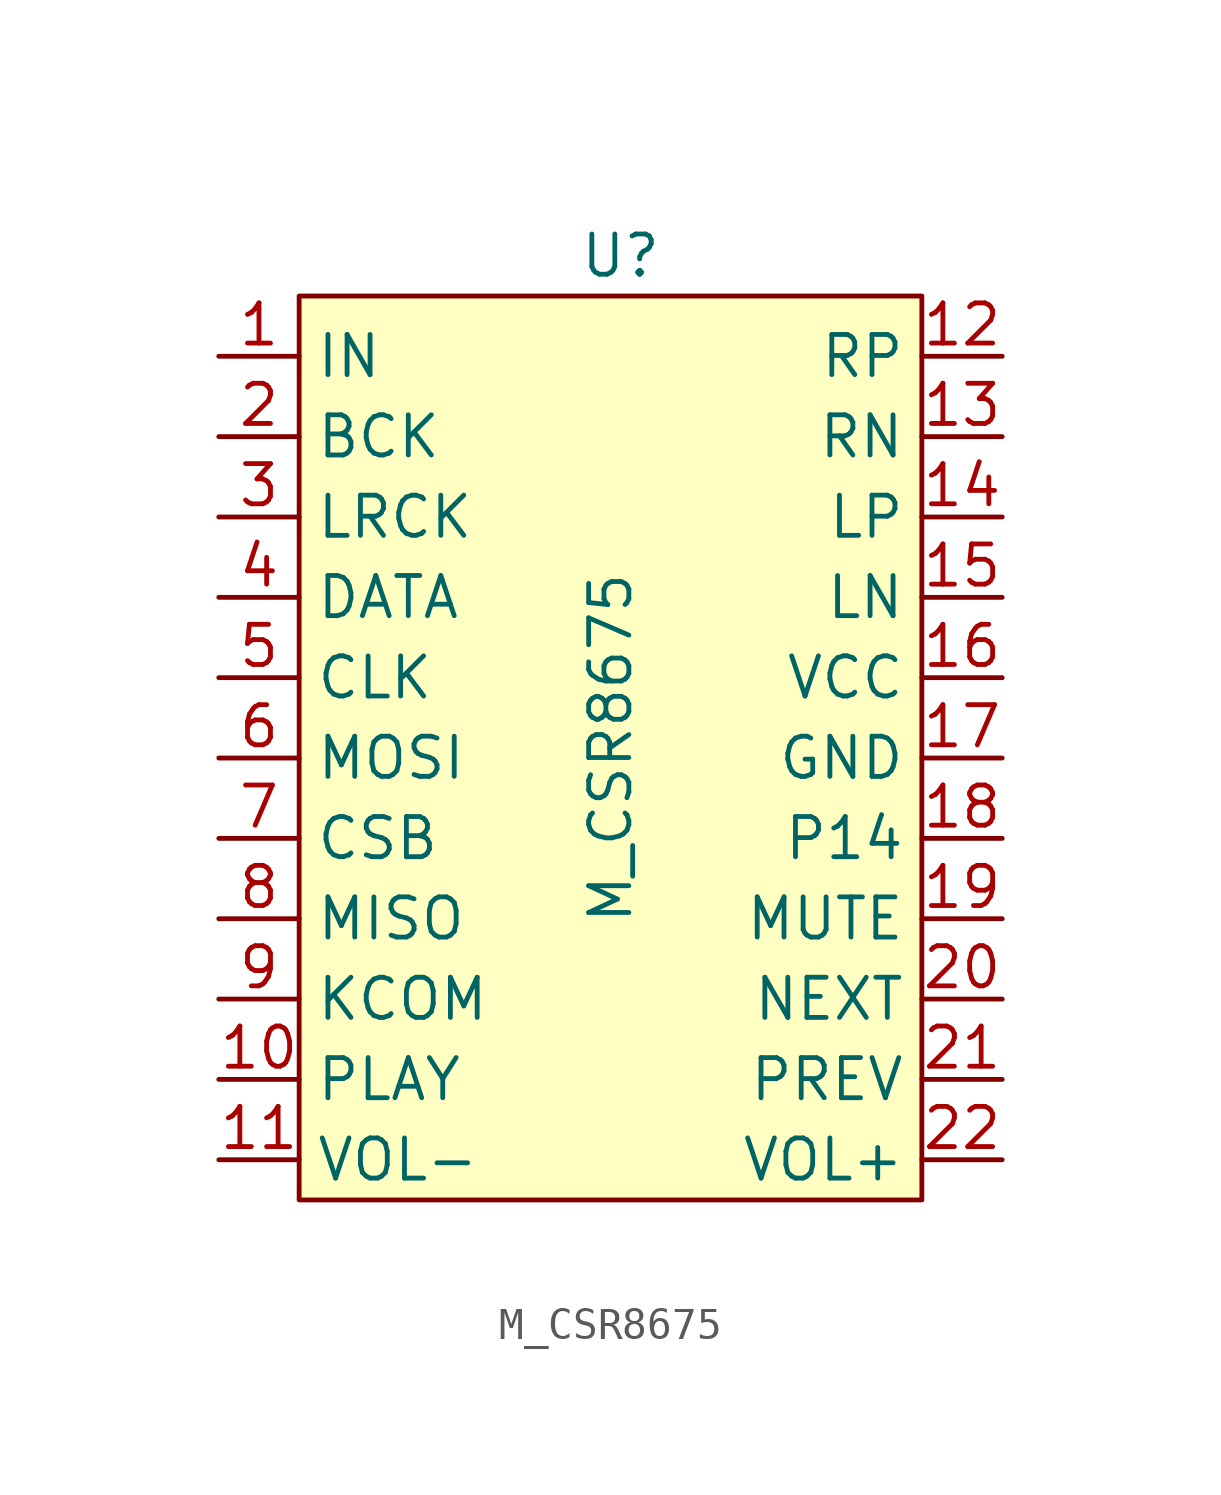
<source format=kicad_sym>
(kicad_symbol_lib
  (version 20220914)
  (generator kicad_symbol_editor)
  (symbol "M_CSR8675"
    (property "Reference" "U"
      (at 3.81 1.27 0)
      (effects (font (size 1.27 1.27))))
    (property "Value" "M_CSR8675"
      (at 3.493 -14.287 90)
      (effects (font (size 1.27 1.27))))
    (symbol "M_CSR8675_1_1"
      (rectangle (start -6.35 0) (end 13.335 -28.575) (stroke (width 0) (type default)) (fill (type background)))
      (pin passive line (at -8.89 -1.905 0) (length 2.54) (name "IN" (effects (font (size 1.27 1.27)))) (number "1" (effects (font (size 1.27 1.27)))))
      (pin passive line (at -8.89 -24.765 0) (length 2.54) (name "PLAY" (effects (font (size 1.27 1.27)))) (number "10" (effects (font (size 1.27 1.27)))))
      (pin passive line (at -8.89 -27.305 0) (length 2.54) (name "VOL-" (effects (font (size 1.27 1.27)))) (number "11" (effects (font (size 1.27 1.27)))))
      (pin passive line (at 15.875 -1.905 180) (length 2.54) (name "RP" (effects (font (size 1.27 1.27)))) (number "12" (effects (font (size 1.27 1.27)))))
      (pin passive line (at 15.875 -4.445 180) (length 2.54) (name "RN" (effects (font (size 1.27 1.27)))) (number "13" (effects (font (size 1.27 1.27)))))
      (pin passive line (at 15.875 -6.985 180) (length 2.54) (name "LP" (effects (font (size 1.27 1.27)))) (number "14" (effects (font (size 1.27 1.27)))))
      (pin passive line (at 15.875 -9.525 180) (length 2.54) (name "LN" (effects (font (size 1.27 1.27)))) (number "15" (effects (font (size 1.27 1.27)))))
      (pin passive line (at 15.875 -12.065 180) (length 2.54) (name "VCC" (effects (font (size 1.27 1.27)))) (number "16" (effects (font (size 1.27 1.27)))))
      (pin passive line (at 15.875 -14.605 180) (length 2.54) (name "GND" (effects (font (size 1.27 1.27)))) (number "17" (effects (font (size 1.27 1.27)))))
      (pin passive line (at 15.875 -17.145 180) (length 2.54) (name "P14" (effects (font (size 1.27 1.27)))) (number "18" (effects (font (size 1.27 1.27)))))
      (pin passive line (at 15.875 -19.685 180) (length 2.54) (name "MUTE" (effects (font (size 1.27 1.27)))) (number "19" (effects (font (size 1.27 1.27)))))
      (pin passive line (at -8.89 -4.445 0) (length 2.54) (name "BCK" (effects (font (size 1.27 1.27)))) (number "2" (effects (font (size 1.27 1.27)))))
      (pin passive line (at 15.875 -22.225 180) (length 2.54) (name "NEXT" (effects (font (size 1.27 1.27)))) (number "20" (effects (font (size 1.27 1.27)))))
      (pin passive line (at 15.875 -24.765 180) (length 2.54) (name "PREV" (effects (font (size 1.27 1.27)))) (number "21" (effects (font (size 1.27 1.27)))))
      (pin passive line (at 15.875 -27.305 180) (length 2.54) (name "VOL+" (effects (font (size 1.27 1.27)))) (number "22" (effects (font (size 1.27 1.27)))))
      (pin passive line (at -8.89 -6.985 0) (length 2.54) (name "LRCK" (effects (font (size 1.27 1.27)))) (number "3" (effects (font (size 1.27 1.27)))))
      (pin passive line (at -8.89 -9.525 0) (length 2.54) (name "DATA" (effects (font (size 1.27 1.27)))) (number "4" (effects (font (size 1.27 1.27)))))
      (pin passive line (at -8.89 -12.065 0) (length 2.54) (name "CLK" (effects (font (size 1.27 1.27)))) (number "5" (effects (font (size 1.27 1.27)))))
      (pin passive line (at -8.89 -14.605 0) (length 2.54) (name "MOSI" (effects (font (size 1.27 1.27)))) (number "6" (effects (font (size 1.27 1.27)))))
      (pin passive line (at -8.89 -17.145 0) (length 2.54) (name "CSB" (effects (font (size 1.27 1.27)))) (number "7" (effects (font (size 1.27 1.27)))))
      (pin passive line (at -8.89 -19.685 0) (length 2.54) (name "MISO" (effects (font (size 1.27 1.27)))) (number "8" (effects (font (size 1.27 1.27)))))
      (pin passive line (at -8.89 -22.225 0) (length 2.54) (name "KCOM" (effects (font (size 1.27 1.27)))) (number "9" (effects (font (size 1.27 1.27))))))))
</source>
